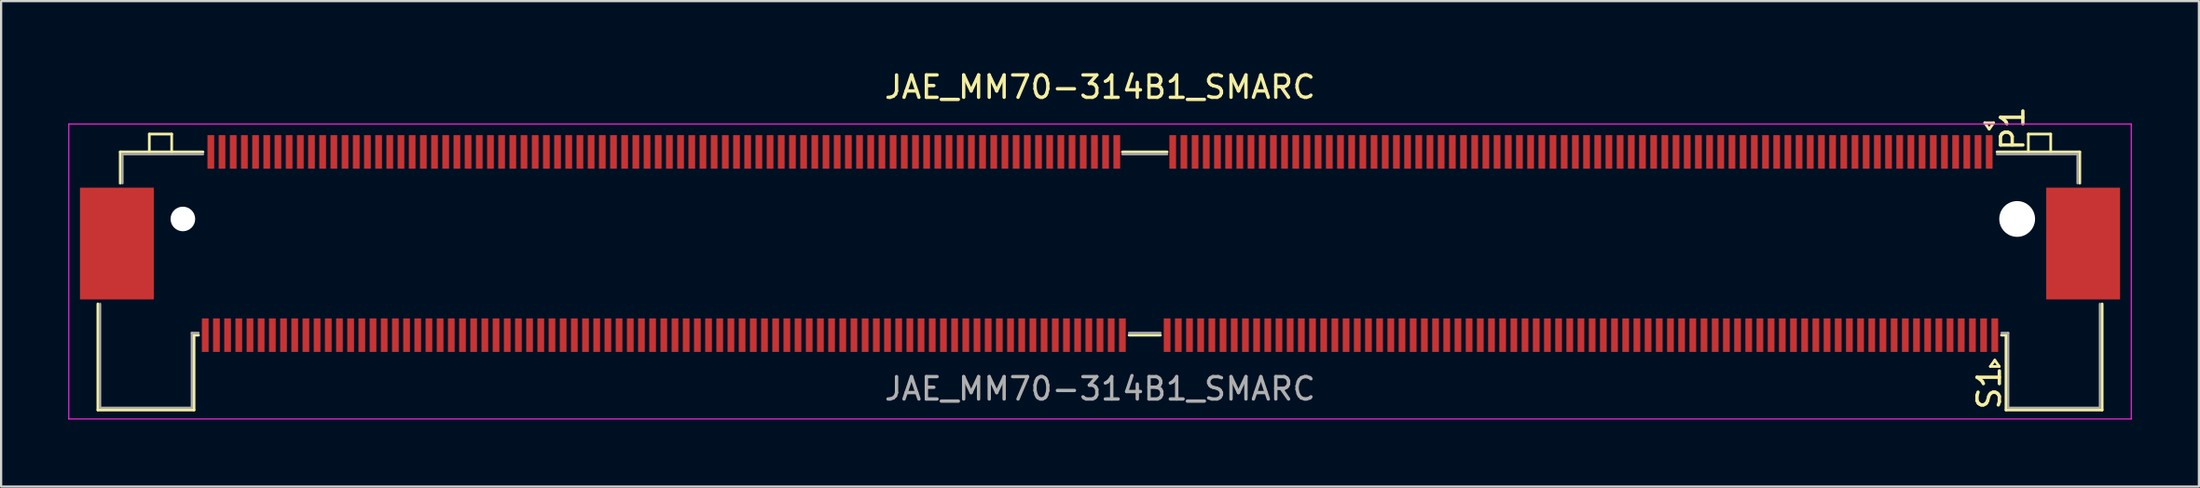
<source format=kicad_pcb>
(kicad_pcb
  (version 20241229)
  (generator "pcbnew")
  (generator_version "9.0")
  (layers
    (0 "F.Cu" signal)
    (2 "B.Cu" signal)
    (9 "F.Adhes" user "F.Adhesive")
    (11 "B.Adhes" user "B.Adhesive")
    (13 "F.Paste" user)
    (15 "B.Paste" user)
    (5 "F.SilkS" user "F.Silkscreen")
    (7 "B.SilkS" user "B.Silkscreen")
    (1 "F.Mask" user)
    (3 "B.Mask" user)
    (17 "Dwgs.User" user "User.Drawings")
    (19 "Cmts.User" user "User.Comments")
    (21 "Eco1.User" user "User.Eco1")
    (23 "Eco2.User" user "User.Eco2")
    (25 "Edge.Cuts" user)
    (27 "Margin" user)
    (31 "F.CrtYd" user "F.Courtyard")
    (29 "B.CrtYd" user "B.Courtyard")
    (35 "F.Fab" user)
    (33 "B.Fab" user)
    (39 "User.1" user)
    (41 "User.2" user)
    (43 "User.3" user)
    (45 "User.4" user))
  (footprint "JAE_MM70-314B1_SMARC"
    (layer "F.Cu")
    (at 46.125 7.848)
    (property "Reference" "JAE_MM70-314B1_SMARC" (at 0 -7 0) (layer "F.SilkS") (effects (font (size 1 1) (thickness 0.15))))
    (attr smd)
    (fp_line (start -44.8 7.45) (end -44.8 2.7) (stroke (width 0.12) (type solid)) (layer "F.SilkS"))
    (fp_line (start -43.8 -4.1) (end -43.8 -2.7) (stroke (width 0.12) (type solid)) (layer "F.SilkS"))
    (fp_line (start -42.5 -4.9) (end -42.5 -4.1) (stroke (width 0.12) (type solid)) (layer "F.SilkS"))
    (fp_line (start -41.5 -4.9) (end -42.5 -4.9) (stroke (width 0.12) (type solid)) (layer "F.SilkS"))
    (fp_line (start -41.5 -4.9) (end -41.5 -4.1) (stroke (width 0.12) (type solid)) (layer "F.SilkS"))
    (fp_line (start -40.5 7.45) (end -44.8 7.45) (stroke (width 0.12) (type solid)) (layer "F.SilkS"))
    (fp_line (start -40.5 7.45) (end -40.5 4.1) (stroke (width 0.12) (type solid)) (layer "F.SilkS"))
    (fp_line (start -40.3 4.1) (end -40.5 4.1) (stroke (width 0.12) (type solid)) (layer "F.SilkS"))
    (fp_line (start -40.1 -4.1) (end -43.8 -4.1) (stroke (width 0.12) (type solid)) (layer "F.SilkS"))
    (fp_line (start 1 -4.1) (end 3 -4.1) (stroke (width 0.12) (type solid)) (layer "F.SilkS"))
    (fp_line (start 1.3 4.1) (end 2.7 4.1) (stroke (width 0.12) (type solid)) (layer "F.SilkS"))
    (fp_line (start 39.55 -5.4) (end 39.95 -5.4) (stroke (width 0.12) (type solid)) (layer "F.SilkS"))
    (fp_line (start 39.75 -5.117) (end 39.55 -5.4) (stroke (width 0.12) (type solid)) (layer "F.SilkS"))
    (fp_line (start 39.8 5.5) (end 40 5.217) (stroke (width 0.12) (type solid)) (layer "F.SilkS"))
    (fp_line (start 39.95 -5.4) (end 39.75 -5.117) (stroke (width 0.12) (type solid)) (layer "F.SilkS"))
    (fp_line (start 40 5.217) (end 40.2 5.5) (stroke (width 0.12) (type solid)) (layer "F.SilkS"))
    (fp_line (start 40.1 -4.1) (end 43.8 -4.1) (stroke (width 0.12) (type solid)) (layer "F.SilkS"))
    (fp_line (start 40.2 5.5) (end 39.8 5.5) (stroke (width 0.12) (type solid)) (layer "F.SilkS"))
    (fp_line (start 40.3 4.1) (end 40.5 4.1) (stroke (width 0.12) (type solid)) (layer "F.SilkS"))
    (fp_line (start 40.5 7.45) (end 40.5 4.1) (stroke (width 0.12) (type solid)) (layer "F.SilkS"))
    (fp_line (start 40.5 7.45) (end 44.8 7.45) (stroke (width 0.12) (type solid)) (layer "F.SilkS"))
    (fp_line (start 41.5 -4.9) (end 41.5 -4.1) (stroke (width 0.12) (type solid)) (layer "F.SilkS"))
    (fp_line (start 41.5 -4.9) (end 42.5 -4.9) (stroke (width 0.12) (type solid)) (layer "F.SilkS"))
    (fp_line (start 42.5 -4.9) (end 42.5 -4.1) (stroke (width 0.12) (type solid)) (layer "F.SilkS"))
    (fp_line (start 43.8 -4.1) (end 43.8 -2.7) (stroke (width 0.12) (type solid)) (layer "F.SilkS"))
    (fp_line (start 44.8 7.45) (end 44.8 2.7) (stroke (width 0.12) (type solid)) (layer "F.SilkS"))
    (fp_line (start -46.1 -5.35) (end -46.1 7.85) (stroke (width 0.05) (type solid)) (layer "F.CrtYd"))
    (fp_line (start -46.1 7.85) (end 46.1 7.85) (stroke (width 0.05) (type solid)) (layer "F.CrtYd"))
    (fp_line (start 46.1 -5.35) (end -46.1 -5.35) (stroke (width 0.05) (type solid)) (layer "F.CrtYd"))
    (fp_line (start 46.1 7.85) (end 46.1 -5.35) (stroke (width 0.05) (type solid)) (layer "F.CrtYd"))
    (fp_line (start -44.7 7.35) (end -44.7 2.7) (stroke (width 0.1) (type solid)) (layer "F.Fab"))
    (fp_line (start -43.7 -4) (end -43.7 -2.7) (stroke (width 0.1) (type solid)) (layer "F.Fab"))
    (fp_line (start -40.6 7.35) (end -44.7 7.35) (stroke (width 0.1) (type solid)) (layer "F.Fab"))
    (fp_line (start -40.6 7.35) (end -40.6 4) (stroke (width 0.1) (type solid)) (layer "F.Fab"))
    (fp_line (start -40.3 4) (end -40.6 4) (stroke (width 0.1) (type solid)) (layer "F.Fab"))
    (fp_line (start -40.1 -4) (end -43.7 -4) (stroke (width 0.1) (type solid)) (layer "F.Fab"))
    (fp_line (start 1 -4) (end 3 -4) (stroke (width 0.1) (type solid)) (layer "F.Fab"))
    (fp_line (start 1.3 4) (end 2.7 4) (stroke (width 0.1) (type solid)) (layer "F.Fab"))
    (fp_line (start 40.1 -4) (end 43.7 -4) (stroke (width 0.1) (type solid)) (layer "F.Fab"))
    (fp_line (start 40.303 4) (end 40.603 4) (stroke (width 0.1) (type solid)) (layer "F.Fab"))
    (fp_line (start 40.6 7.35) (end 40.6 4) (stroke (width 0.1) (type solid)) (layer "F.Fab"))
    (fp_line (start 40.6 7.35) (end 44.7 7.35) (stroke (width 0.1) (type solid)) (layer "F.Fab"))
    (fp_line (start 43.7 -4) (end 43.7 -2.7) (stroke (width 0.1) (type solid)) (layer "F.Fab"))
    (fp_line (start 44.7 7.35) (end 44.7 2.7) (stroke (width 0.1) (type solid)) (layer "F.Fab"))
    (fp_text user "S1" (at 39.75 6.459 90) (unlocked yes) (layer "F.SilkS") (effects (font (size 1 1) (thickness 0.15))))
    (fp_text user "P1" (at 40.8 -5.15 90) (unlocked yes) (layer "F.SilkS") (effects (font (size 1 1) (thickness 0.15))))
    (fp_text user "${REFERENCE}" (at 0 6.5 0) (layer "F.Fab") (effects (font (size 1 1) (thickness 0.15))))
    (pad "" np_thru_hole circle (at -41 -1.1) (size 1.1 1.1) (drill 1.1) (layers "*.Cu" "*.Mask"))
    (pad "" np_thru_hole circle (at 41 -1.1) (size 1.6 1.6) (drill 1.6) (layers "*.Cu" "*.Mask"))
    (pad "MP" smd rect (at -43.95 0) (size 3.3 5) (layers "F.Cu" "F.Mask" "F.Paste"))
    (pad "MP" smd rect (at 43.95 0) (size 3.3 5) (layers "F.Cu" "F.Mask" "F.Paste"))
    (pad "P1" smd rect (at 39.75 -4.1) (size 0.3 1.5) (layers "F.Cu" "F.Mask" "F.Paste"))
    (pad "P2" smd rect (at 39.25 -4.1) (size 0.3 1.5) (layers "F.Cu" "F.Mask" "F.Paste"))
    (pad "P3" smd rect (at 38.75 -4.1) (size 0.3 1.5) (layers "F.Cu" "F.Mask" "F.Paste"))
    (pad "P4" smd rect (at 38.25 -4.1) (size 0.3 1.5) (layers "F.Cu" "F.Mask" "F.Paste"))
    (pad "P5" smd rect (at 37.75 -4.1) (size 0.3 1.5) (layers "F.Cu" "F.Mask" "F.Paste"))
    (pad "P6" smd rect (at 37.25 -4.1) (size 0.3 1.5) (layers "F.Cu" "F.Mask" "F.Paste"))
    (pad "P7" smd rect (at 36.75 -4.1) (size 0.3 1.5) (layers "F.Cu" "F.Mask" "F.Paste"))
    (pad "P8" smd rect (at 36.25 -4.1) (size 0.3 1.5) (layers "F.Cu" "F.Mask" "F.Paste"))
    (pad "P9" smd rect (at 35.75 -4.1) (size 0.3 1.5) (layers "F.Cu" "F.Mask" "F.Paste"))
    (pad "P10" smd rect (at 35.25 -4.1) (size 0.3 1.5) (layers "F.Cu" "F.Mask" "F.Paste"))
    (pad "P11" smd rect (at 34.75 -4.1) (size 0.3 1.5) (layers "F.Cu" "F.Mask" "F.Paste"))
    (pad "P12" smd rect (at 34.25 -4.1) (size 0.3 1.5) (layers "F.Cu" "F.Mask" "F.Paste"))
    (pad "P13" smd rect (at 33.75 -4.1) (size 0.3 1.5) (layers "F.Cu" "F.Mask" "F.Paste"))
    (pad "P14" smd rect (at 33.25 -4.1) (size 0.3 1.5) (layers "F.Cu" "F.Mask" "F.Paste"))
    (pad "P15" smd rect (at 32.75 -4.1) (size 0.3 1.5) (layers "F.Cu" "F.Mask" "F.Paste"))
    (pad "P16" smd rect (at 32.25 -4.1) (size 0.3 1.5) (layers "F.Cu" "F.Mask" "F.Paste"))
    (pad "P17" smd rect (at 31.75 -4.1) (size 0.3 1.5) (layers "F.Cu" "F.Mask" "F.Paste"))
    (pad "P18" smd rect (at 31.25 -4.1) (size 0.3 1.5) (layers "F.Cu" "F.Mask" "F.Paste"))
    (pad "P19" smd rect (at 30.75 -4.1) (size 0.3 1.5) (layers "F.Cu" "F.Mask" "F.Paste"))
    (pad "P20" smd rect (at 30.25 -4.1) (size 0.3 1.5) (layers "F.Cu" "F.Mask" "F.Paste"))
    (pad "P21" smd rect (at 29.75 -4.1) (size 0.3 1.5) (layers "F.Cu" "F.Mask" "F.Paste"))
    (pad "P22" smd rect (at 29.25 -4.1) (size 0.3 1.5) (layers "F.Cu" "F.Mask" "F.Paste"))
    (pad "P23" smd rect (at 28.75 -4.1) (size 0.3 1.5) (layers "F.Cu" "F.Mask" "F.Paste"))
    (pad "P24" smd rect (at 28.25 -4.1) (size 0.3 1.5) (layers "F.Cu" "F.Mask" "F.Paste"))
    (pad "P25" smd rect (at 27.75 -4.1) (size 0.3 1.5) (layers "F.Cu" "F.Mask" "F.Paste"))
    (pad "P26" smd rect (at 27.25 -4.1) (size 0.3 1.5) (layers "F.Cu" "F.Mask" "F.Paste"))
    (pad "P27" smd rect (at 26.75 -4.1) (size 0.3 1.5) (layers "F.Cu" "F.Mask" "F.Paste"))
    (pad "P28" smd rect (at 26.25 -4.1) (size 0.3 1.5) (layers "F.Cu" "F.Mask" "F.Paste"))
    (pad "P29" smd rect (at 25.75 -4.1) (size 0.3 1.5) (layers "F.Cu" "F.Mask" "F.Paste"))
    (pad "P30" smd rect (at 25.25 -4.1) (size 0.3 1.5) (layers "F.Cu" "F.Mask" "F.Paste"))
    (pad "P31" smd rect (at 24.75 -4.1) (size 0.3 1.5) (layers "F.Cu" "F.Mask" "F.Paste"))
    (pad "P32" smd rect (at 24.25 -4.1) (size 0.3 1.5) (layers "F.Cu" "F.Mask" "F.Paste"))
    (pad "P33" smd rect (at 23.75 -4.1) (size 0.3 1.5) (layers "F.Cu" "F.Mask" "F.Paste"))
    (pad "P34" smd rect (at 23.25 -4.1) (size 0.3 1.5) (layers "F.Cu" "F.Mask" "F.Paste"))
    (pad "P35" smd rect (at 22.75 -4.1) (size 0.3 1.5) (layers "F.Cu" "F.Mask" "F.Paste"))
    (pad "P36" smd rect (at 22.25 -4.1) (size 0.3 1.5) (layers "F.Cu" "F.Mask" "F.Paste"))
    (pad "P37" smd rect (at 21.75 -4.1) (size 0.3 1.5) (layers "F.Cu" "F.Mask" "F.Paste"))
    (pad "P38" smd rect (at 21.25 -4.1) (size 0.3 1.5) (layers "F.Cu" "F.Mask" "F.Paste"))
    (pad "P39" smd rect (at 20.75 -4.1) (size 0.3 1.5) (layers "F.Cu" "F.Mask" "F.Paste"))
    (pad "P40" smd rect (at 20.25 -4.1) (size 0.3 1.5) (layers "F.Cu" "F.Mask" "F.Paste"))
    (pad "P41" smd rect (at 19.75 -4.1) (size 0.3 1.5) (layers "F.Cu" "F.Mask" "F.Paste"))
    (pad "P42" smd rect (at 19.25 -4.1) (size 0.3 1.5) (layers "F.Cu" "F.Mask" "F.Paste"))
    (pad "P43" smd rect (at 18.75 -4.1) (size 0.3 1.5) (layers "F.Cu" "F.Mask" "F.Paste"))
    (pad "P44" smd rect (at 18.25 -4.1) (size 0.3 1.5) (layers "F.Cu" "F.Mask" "F.Paste"))
    (pad "P45" smd rect (at 17.75 -4.1) (size 0.3 1.5) (layers "F.Cu" "F.Mask" "F.Paste"))
    (pad "P46" smd rect (at 17.25 -4.1) (size 0.3 1.5) (layers "F.Cu" "F.Mask" "F.Paste"))
    (pad "P47" smd rect (at 16.75 -4.1) (size 0.3 1.5) (layers "F.Cu" "F.Mask" "F.Paste"))
    (pad "P48" smd rect (at 16.25 -4.1) (size 0.3 1.5) (layers "F.Cu" "F.Mask" "F.Paste"))
    (pad "P49" smd rect (at 15.75 -4.1) (size 0.3 1.5) (layers "F.Cu" "F.Mask" "F.Paste"))
    (pad "P50" smd rect (at 15.25 -4.1) (size 0.3 1.5) (layers "F.Cu" "F.Mask" "F.Paste"))
    (pad "P51" smd rect (at 14.75 -4.1) (size 0.3 1.5) (layers "F.Cu" "F.Mask" "F.Paste"))
    (pad "P52" smd rect (at 14.25 -4.1) (size 0.3 1.5) (layers "F.Cu" "F.Mask" "F.Paste"))
    (pad "P53" smd rect (at 13.75 -4.1) (size 0.3 1.5) (layers "F.Cu" "F.Mask" "F.Paste"))
    (pad "P54" smd rect (at 13.25 -4.1) (size 0.3 1.5) (layers "F.Cu" "F.Mask" "F.Paste"))
    (pad "P55" smd rect (at 12.75 -4.1) (size 0.3 1.5) (layers "F.Cu" "F.Mask" "F.Paste"))
    (pad "P56" smd rect (at 12.25 -4.1) (size 0.3 1.5) (layers "F.Cu" "F.Mask" "F.Paste"))
    (pad "P57" smd rect (at 11.75 -4.1) (size 0.3 1.5) (layers "F.Cu" "F.Mask" "F.Paste"))
    (pad "P58" smd rect (at 11.25 -4.1) (size 0.3 1.5) (layers "F.Cu" "F.Mask" "F.Paste"))
    (pad "P59" smd rect (at 10.75 -4.1) (size 0.3 1.5) (layers "F.Cu" "F.Mask" "F.Paste"))
    (pad "P60" smd rect (at 10.25 -4.1) (size 0.3 1.5) (layers "F.Cu" "F.Mask" "F.Paste"))
    (pad "P61" smd rect (at 9.75 -4.1) (size 0.3 1.5) (layers "F.Cu" "F.Mask" "F.Paste"))
    (pad "P62" smd rect (at 9.25 -4.1) (size 0.3 1.5) (layers "F.Cu" "F.Mask" "F.Paste"))
    (pad "P63" smd rect (at 8.75 -4.1) (size 0.3 1.5) (layers "F.Cu" "F.Mask" "F.Paste"))
    (pad "P64" smd rect (at 8.25 -4.1) (size 0.3 1.5) (layers "F.Cu" "F.Mask" "F.Paste"))
    (pad "P65" smd rect (at 7.75 -4.1) (size 0.3 1.5) (layers "F.Cu" "F.Mask" "F.Paste"))
    (pad "P66" smd rect (at 7.25 -4.1) (size 0.3 1.5) (layers "F.Cu" "F.Mask" "F.Paste"))
    (pad "P67" smd rect (at 6.75 -4.1) (size 0.3 1.5) (layers "F.Cu" "F.Mask" "F.Paste"))
    (pad "P68" smd rect (at 6.25 -4.1) (size 0.3 1.5) (layers "F.Cu" "F.Mask" "F.Paste"))
    (pad "P69" smd rect (at 5.75 -4.1) (size 0.3 1.5) (layers "F.Cu" "F.Mask" "F.Paste"))
    (pad "P70" smd rect (at 5.25 -4.1) (size 0.3 1.5) (layers "F.Cu" "F.Mask" "F.Paste"))
    (pad "P71" smd rect (at 4.75 -4.1) (size 0.3 1.5) (layers "F.Cu" "F.Mask" "F.Paste"))
    (pad "P72" smd rect (at 4.25 -4.1) (size 0.3 1.5) (layers "F.Cu" "F.Mask" "F.Paste"))
    (pad "P73" smd rect (at 3.75 -4.1) (size 0.3 1.5) (layers "F.Cu" "F.Mask" "F.Paste"))
    (pad "P74" smd rect (at 3.25 -4.1) (size 0.3 1.5) (layers "F.Cu" "F.Mask" "F.Paste"))
    (pad "P75" smd rect (at 0.75 -4.1) (size 0.3 1.5) (layers "F.Cu" "F.Mask" "F.Paste"))
    (pad "P76" smd rect (at 0.25 -4.1) (size 0.3 1.5) (layers "F.Cu" "F.Mask" "F.Paste"))
    (pad "P77" smd rect (at -0.25 -4.1) (size 0.3 1.5) (layers "F.Cu" "F.Mask" "F.Paste"))
    (pad "P78" smd rect (at -0.75 -4.1) (size 0.3 1.5) (layers "F.Cu" "F.Mask" "F.Paste"))
    (pad "P79" smd rect (at -1.25 -4.1) (size 0.3 1.5) (layers "F.Cu" "F.Mask" "F.Paste"))
    (pad "P80" smd rect (at -1.75 -4.1) (size 0.3 1.5) (layers "F.Cu" "F.Mask" "F.Paste"))
    (pad "P81" smd rect (at -2.25 -4.1) (size 0.3 1.5) (layers "F.Cu" "F.Mask" "F.Paste"))
    (pad "P82" smd rect (at -2.75 -4.1) (size 0.3 1.5) (layers "F.Cu" "F.Mask" "F.Paste"))
    (pad "P83" smd rect (at -3.25 -4.1) (size 0.3 1.5) (layers "F.Cu" "F.Mask" "F.Paste"))
    (pad "P84" smd rect (at -3.75 -4.1) (size 0.3 1.5) (layers "F.Cu" "F.Mask" "F.Paste"))
    (pad "P85" smd rect (at -4.25 -4.1) (size 0.3 1.5) (layers "F.Cu" "F.Mask" "F.Paste"))
    (pad "P86" smd rect (at -4.75 -4.1) (size 0.3 1.5) (layers "F.Cu" "F.Mask" "F.Paste"))
    (pad "P87" smd rect (at -5.25 -4.1) (size 0.3 1.5) (layers "F.Cu" "F.Mask" "F.Paste"))
    (pad "P88" smd rect (at -5.75 -4.1) (size 0.3 1.5) (layers "F.Cu" "F.Mask" "F.Paste"))
    (pad "P89" smd rect (at -6.25 -4.1) (size 0.3 1.5) (layers "F.Cu" "F.Mask" "F.Paste"))
    (pad "P90" smd rect (at -6.75 -4.1) (size 0.3 1.5) (layers "F.Cu" "F.Mask" "F.Paste"))
    (pad "P91" smd rect (at -7.25 -4.1) (size 0.3 1.5) (layers "F.Cu" "F.Mask" "F.Paste"))
    (pad "P92" smd rect (at -7.75 -4.1) (size 0.3 1.5) (layers "F.Cu" "F.Mask" "F.Paste"))
    (pad "P93" smd rect (at -8.25 -4.1) (size 0.3 1.5) (layers "F.Cu" "F.Mask" "F.Paste"))
    (pad "P94" smd rect (at -8.75 -4.1) (size 0.3 1.5) (layers "F.Cu" "F.Mask" "F.Paste"))
    (pad "P95" smd rect (at -9.25 -4.1) (size 0.3 1.5) (layers "F.Cu" "F.Mask" "F.Paste"))
    (pad "P96" smd rect (at -9.75 -4.1) (size 0.3 1.5) (layers "F.Cu" "F.Mask" "F.Paste"))
    (pad "P97" smd rect (at -10.25 -4.1) (size 0.3 1.5) (layers "F.Cu" "F.Mask" "F.Paste"))
    (pad "P98" smd rect (at -10.75 -4.1) (size 0.3 1.5) (layers "F.Cu" "F.Mask" "F.Paste"))
    (pad "P99" smd rect (at -11.25 -4.1) (size 0.3 1.5) (layers "F.Cu" "F.Mask" "F.Paste"))
    (pad "P100" smd rect (at -11.75 -4.1) (size 0.3 1.5) (layers "F.Cu" "F.Mask" "F.Paste"))
    (pad "P101" smd rect (at -12.25 -4.1) (size 0.3 1.5) (layers "F.Cu" "F.Mask" "F.Paste"))
    (pad "P102" smd rect (at -12.75 -4.1) (size 0.3 1.5) (layers "F.Cu" "F.Mask" "F.Paste"))
    (pad "P103" smd rect (at -13.25 -4.1) (size 0.3 1.5) (layers "F.Cu" "F.Mask" "F.Paste"))
    (pad "P104" smd rect (at -13.75 -4.1) (size 0.3 1.5) (layers "F.Cu" "F.Mask" "F.Paste"))
    (pad "P105" smd rect (at -14.25 -4.1) (size 0.3 1.5) (layers "F.Cu" "F.Mask" "F.Paste"))
    (pad "P106" smd rect (at -14.75 -4.1) (size 0.3 1.5) (layers "F.Cu" "F.Mask" "F.Paste"))
    (pad "P107" smd rect (at -15.25 -4.1) (size 0.3 1.5) (layers "F.Cu" "F.Mask" "F.Paste"))
    (pad "P108" smd rect (at -15.75 -4.1) (size 0.3 1.5) (layers "F.Cu" "F.Mask" "F.Paste"))
    (pad "P109" smd rect (at -16.25 -4.1) (size 0.3 1.5) (layers "F.Cu" "F.Mask" "F.Paste"))
    (pad "P110" smd rect (at -16.75 -4.1) (size 0.3 1.5) (layers "F.Cu" "F.Mask" "F.Paste"))
    (pad "P111" smd rect (at -17.25 -4.1) (size 0.3 1.5) (layers "F.Cu" "F.Mask" "F.Paste"))
    (pad "P112" smd rect (at -17.75 -4.1) (size 0.3 1.5) (layers "F.Cu" "F.Mask" "F.Paste"))
    (pad "P113" smd rect (at -18.25 -4.1) (size 0.3 1.5) (layers "F.Cu" "F.Mask" "F.Paste"))
    (pad "P114" smd rect (at -18.75 -4.1) (size 0.3 1.5) (layers "F.Cu" "F.Mask" "F.Paste"))
    (pad "P115" smd rect (at -19.25 -4.1) (size 0.3 1.5) (layers "F.Cu" "F.Mask" "F.Paste"))
    (pad "P116" smd rect (at -19.75 -4.1) (size 0.3 1.5) (layers "F.Cu" "F.Mask" "F.Paste"))
    (pad "P117" smd rect (at -20.25 -4.1) (size 0.3 1.5) (layers "F.Cu" "F.Mask" "F.Paste"))
    (pad "P118" smd rect (at -20.75 -4.1) (size 0.3 1.5) (layers "F.Cu" "F.Mask" "F.Paste"))
    (pad "P119" smd rect (at -21.25 -4.1) (size 0.3 1.5) (layers "F.Cu" "F.Mask" "F.Paste"))
    (pad "P120" smd rect (at -21.75 -4.1) (size 0.3 1.5) (layers "F.Cu" "F.Mask" "F.Paste"))
    (pad "P121" smd rect (at -22.25 -4.1) (size 0.3 1.5) (layers "F.Cu" "F.Mask" "F.Paste"))
    (pad "P122" smd rect (at -22.75 -4.1) (size 0.3 1.5) (layers "F.Cu" "F.Mask" "F.Paste"))
    (pad "P123" smd rect (at -23.25 -4.1) (size 0.3 1.5) (layers "F.Cu" "F.Mask" "F.Paste"))
    (pad "P124" smd rect (at -23.75 -4.1) (size 0.3 1.5) (layers "F.Cu" "F.Mask" "F.Paste"))
    (pad "P125" smd rect (at -24.25 -4.1) (size 0.3 1.5) (layers "F.Cu" "F.Mask" "F.Paste"))
    (pad "P126" smd rect (at -24.75 -4.1) (size 0.3 1.5) (layers "F.Cu" "F.Mask" "F.Paste"))
    (pad "P127" smd rect (at -25.25 -4.1) (size 0.3 1.5) (layers "F.Cu" "F.Mask" "F.Paste"))
    (pad "P128" smd rect (at -25.75 -4.1) (size 0.3 1.5) (layers "F.Cu" "F.Mask" "F.Paste"))
    (pad "P129" smd rect (at -26.25 -4.1) (size 0.3 1.5) (layers "F.Cu" "F.Mask" "F.Paste"))
    (pad "P130" smd rect (at -26.75 -4.1) (size 0.3 1.5) (layers "F.Cu" "F.Mask" "F.Paste"))
    (pad "P131" smd rect (at -27.25 -4.1) (size 0.3 1.5) (layers "F.Cu" "F.Mask" "F.Paste"))
    (pad "P132" smd rect (at -27.75 -4.1) (size 0.3 1.5) (layers "F.Cu" "F.Mask" "F.Paste"))
    (pad "P133" smd rect (at -28.25 -4.1) (size 0.3 1.5) (layers "F.Cu" "F.Mask" "F.Paste"))
    (pad "P134" smd rect (at -28.75 -4.1) (size 0.3 1.5) (layers "F.Cu" "F.Mask" "F.Paste"))
    (pad "P135" smd rect (at -29.25 -4.1) (size 0.3 1.5) (layers "F.Cu" "F.Mask" "F.Paste"))
    (pad "P136" smd rect (at -29.75 -4.1) (size 0.3 1.5) (layers "F.Cu" "F.Mask" "F.Paste"))
    (pad "P137" smd rect (at -30.25 -4.1) (size 0.3 1.5) (layers "F.Cu" "F.Mask" "F.Paste"))
    (pad "P138" smd rect (at -30.75 -4.1) (size 0.3 1.5) (layers "F.Cu" "F.Mask" "F.Paste"))
    (pad "P139" smd rect (at -31.25 -4.1) (size 0.3 1.5) (layers "F.Cu" "F.Mask" "F.Paste"))
    (pad "P140" smd rect (at -31.75 -4.1) (size 0.3 1.5) (layers "F.Cu" "F.Mask" "F.Paste"))
    (pad "P141" smd rect (at -32.25 -4.1) (size 0.3 1.5) (layers "F.Cu" "F.Mask" "F.Paste"))
    (pad "P142" smd rect (at -32.75 -4.1) (size 0.3 1.5) (layers "F.Cu" "F.Mask" "F.Paste"))
    (pad "P143" smd rect (at -33.25 -4.1) (size 0.3 1.5) (layers "F.Cu" "F.Mask" "F.Paste"))
    (pad "P144" smd rect (at -33.75 -4.1) (size 0.3 1.5) (layers "F.Cu" "F.Mask" "F.Paste"))
    (pad "P145" smd rect (at -34.25 -4.1) (size 0.3 1.5) (layers "F.Cu" "F.Mask" "F.Paste"))
    (pad "P146" smd rect (at -34.75 -4.1) (size 0.3 1.5) (layers "F.Cu" "F.Mask" "F.Paste"))
    (pad "P147" smd rect (at -35.25 -4.1) (size 0.3 1.5) (layers "F.Cu" "F.Mask" "F.Paste"))
    (pad "P148" smd rect (at -35.75 -4.1) (size 0.3 1.5) (layers "F.Cu" "F.Mask" "F.Paste"))
    (pad "P149" smd rect (at -36.25 -4.1) (size 0.3 1.5) (layers "F.Cu" "F.Mask" "F.Paste"))
    (pad "P150" smd rect (at -36.75 -4.1) (size 0.3 1.5) (layers "F.Cu" "F.Mask" "F.Paste"))
    (pad "P151" smd rect (at -37.25 -4.1) (size 0.3 1.5) (layers "F.Cu" "F.Mask" "F.Paste"))
    (pad "P152" smd rect (at -37.75 -4.1) (size 0.3 1.5) (layers "F.Cu" "F.Mask" "F.Paste"))
    (pad "P153" smd rect (at -38.25 -4.1) (size 0.3 1.5) (layers "F.Cu" "F.Mask" "F.Paste"))
    (pad "P154" smd rect (at -38.75 -4.1) (size 0.3 1.5) (layers "F.Cu" "F.Mask" "F.Paste"))
    (pad "P155" smd rect (at -39.25 -4.1) (size 0.3 1.5) (layers "F.Cu" "F.Mask" "F.Paste"))
    (pad "P156" smd rect (at -39.75 -4.1) (size 0.3 1.5) (layers "F.Cu" "F.Mask" "F.Paste"))
    (pad "S1" smd rect (at 40 4.1) (size 0.3 1.5) (layers "F.Cu" "F.Mask" "F.Paste"))
    (pad "S2" smd rect (at 39.5 4.1) (size 0.3 1.5) (layers "F.Cu" "F.Mask" "F.Paste"))
    (pad "S3" smd rect (at 39 4.1) (size 0.3 1.5) (layers "F.Cu" "F.Mask" "F.Paste"))
    (pad "S4" smd rect (at 38.5 4.1) (size 0.3 1.5) (layers "F.Cu" "F.Mask" "F.Paste"))
    (pad "S5" smd rect (at 38 4.1) (size 0.3 1.5) (layers "F.Cu" "F.Mask" "F.Paste"))
    (pad "S6" smd rect (at 37.5 4.1) (size 0.3 1.5) (layers "F.Cu" "F.Mask" "F.Paste"))
    (pad "S7" smd rect (at 37 4.1) (size 0.3 1.5) (layers "F.Cu" "F.Mask" "F.Paste"))
    (pad "S8" smd rect (at 36.5 4.1) (size 0.3 1.5) (layers "F.Cu" "F.Mask" "F.Paste"))
    (pad "S9" smd rect (at 36 4.1) (size 0.3 1.5) (layers "F.Cu" "F.Mask" "F.Paste"))
    (pad "S10" smd rect (at 35.5 4.1) (size 0.3 1.5) (layers "F.Cu" "F.Mask" "F.Paste"))
    (pad "S11" smd rect (at 35 4.1) (size 0.3 1.5) (layers "F.Cu" "F.Mask" "F.Paste"))
    (pad "S12" smd rect (at 34.5 4.1) (size 0.3 1.5) (layers "F.Cu" "F.Mask" "F.Paste"))
    (pad "S13" smd rect (at 34 4.1) (size 0.3 1.5) (layers "F.Cu" "F.Mask" "F.Paste"))
    (pad "S14" smd rect (at 33.5 4.1) (size 0.3 1.5) (layers "F.Cu" "F.Mask" "F.Paste"))
    (pad "S15" smd rect (at 33 4.1) (size 0.3 1.5) (layers "F.Cu" "F.Mask" "F.Paste"))
    (pad "S16" smd rect (at 32.5 4.1) (size 0.3 1.5) (layers "F.Cu" "F.Mask" "F.Paste"))
    (pad "S17" smd rect (at 32 4.1) (size 0.3 1.5) (layers "F.Cu" "F.Mask" "F.Paste"))
    (pad "S18" smd rect (at 31.5 4.1) (size 0.3 1.5) (layers "F.Cu" "F.Mask" "F.Paste"))
    (pad "S19" smd rect (at 31 4.1) (size 0.3 1.5) (layers "F.Cu" "F.Mask" "F.Paste"))
    (pad "S20" smd rect (at 30.5 4.1) (size 0.3 1.5) (layers "F.Cu" "F.Mask" "F.Paste"))
    (pad "S21" smd rect (at 30 4.1) (size 0.3 1.5) (layers "F.Cu" "F.Mask" "F.Paste"))
    (pad "S22" smd rect (at 29.5 4.1) (size 0.3 1.5) (layers "F.Cu" "F.Mask" "F.Paste"))
    (pad "S23" smd rect (at 29 4.1) (size 0.3 1.5) (layers "F.Cu" "F.Mask" "F.Paste"))
    (pad "S24" smd rect (at 28.5 4.1) (size 0.3 1.5) (layers "F.Cu" "F.Mask" "F.Paste"))
    (pad "S25" smd rect (at 28 4.1) (size 0.3 1.5) (layers "F.Cu" "F.Mask" "F.Paste"))
    (pad "S26" smd rect (at 27.5 4.1) (size 0.3 1.5) (layers "F.Cu" "F.Mask" "F.Paste"))
    (pad "S27" smd rect (at 27 4.1) (size 0.3 1.5) (layers "F.Cu" "F.Mask" "F.Paste"))
    (pad "S28" smd rect (at 26.5 4.1) (size 0.3 1.5) (layers "F.Cu" "F.Mask" "F.Paste"))
    (pad "S29" smd rect (at 26 4.1) (size 0.3 1.5) (layers "F.Cu" "F.Mask" "F.Paste"))
    (pad "S30" smd rect (at 25.5 4.1) (size 0.3 1.5) (layers "F.Cu" "F.Mask" "F.Paste"))
    (pad "S31" smd rect (at 25 4.1) (size 0.3 1.5) (layers "F.Cu" "F.Mask" "F.Paste"))
    (pad "S32" smd rect (at 24.5 4.1) (size 0.3 1.5) (layers "F.Cu" "F.Mask" "F.Paste"))
    (pad "S33" smd rect (at 24 4.1) (size 0.3 1.5) (layers "F.Cu" "F.Mask" "F.Paste"))
    (pad "S34" smd rect (at 23.5 4.1) (size 0.3 1.5) (layers "F.Cu" "F.Mask" "F.Paste"))
    (pad "S35" smd rect (at 23 4.1) (size 0.3 1.5) (layers "F.Cu" "F.Mask" "F.Paste"))
    (pad "S36" smd rect (at 22.5 4.1) (size 0.3 1.5) (layers "F.Cu" "F.Mask" "F.Paste"))
    (pad "S37" smd rect (at 22 4.1) (size 0.3 1.5) (layers "F.Cu" "F.Mask" "F.Paste"))
    (pad "S38" smd rect (at 21.5 4.1) (size 0.3 1.5) (layers "F.Cu" "F.Mask" "F.Paste"))
    (pad "S39" smd rect (at 21 4.1) (size 0.3 1.5) (layers "F.Cu" "F.Mask" "F.Paste"))
    (pad "S40" smd rect (at 20.5 4.1) (size 0.3 1.5) (layers "F.Cu" "F.Mask" "F.Paste"))
    (pad "S41" smd rect (at 20 4.1) (size 0.3 1.5) (layers "F.Cu" "F.Mask" "F.Paste"))
    (pad "S42" smd rect (at 19.5 4.1) (size 0.3 1.5) (layers "F.Cu" "F.Mask" "F.Paste"))
    (pad "S43" smd rect (at 19 4.1) (size 0.3 1.5) (layers "F.Cu" "F.Mask" "F.Paste"))
    (pad "S44" smd rect (at 18.5 4.1) (size 0.3 1.5) (layers "F.Cu" "F.Mask" "F.Paste"))
    (pad "S45" smd rect (at 18 4.1) (size 0.3 1.5) (layers "F.Cu" "F.Mask" "F.Paste"))
    (pad "S46" smd rect (at 17.5 4.1) (size 0.3 1.5) (layers "F.Cu" "F.Mask" "F.Paste"))
    (pad "S47" smd rect (at 17 4.1) (size 0.3 1.5) (layers "F.Cu" "F.Mask" "F.Paste"))
    (pad "S48" smd rect (at 16.5 4.1) (size 0.3 1.5) (layers "F.Cu" "F.Mask" "F.Paste"))
    (pad "S49" smd rect (at 16 4.1) (size 0.3 1.5) (layers "F.Cu" "F.Mask" "F.Paste"))
    (pad "S50" smd rect (at 15.5 4.1) (size 0.3 1.5) (layers "F.Cu" "F.Mask" "F.Paste"))
    (pad "S51" smd rect (at 15 4.1) (size 0.3 1.5) (layers "F.Cu" "F.Mask" "F.Paste"))
    (pad "S52" smd rect (at 14.5 4.1) (size 0.3 1.5) (layers "F.Cu" "F.Mask" "F.Paste"))
    (pad "S53" smd rect (at 14 4.1) (size 0.3 1.5) (layers "F.Cu" "F.Mask" "F.Paste"))
    (pad "S54" smd rect (at 13.5 4.1) (size 0.3 1.5) (layers "F.Cu" "F.Mask" "F.Paste"))
    (pad "S55" smd rect (at 13 4.1) (size 0.3 1.5) (layers "F.Cu" "F.Mask" "F.Paste"))
    (pad "S56" smd rect (at 12.5 4.1) (size 0.3 1.5) (layers "F.Cu" "F.Mask" "F.Paste"))
    (pad "S57" smd rect (at 12 4.1) (size 0.3 1.5) (layers "F.Cu" "F.Mask" "F.Paste"))
    (pad "S58" smd rect (at 11.5 4.1) (size 0.3 1.5) (layers "F.Cu" "F.Mask" "F.Paste"))
    (pad "S59" smd rect (at 11 4.1) (size 0.3 1.5) (layers "F.Cu" "F.Mask" "F.Paste"))
    (pad "S60" smd rect (at 10.5 4.1) (size 0.3 1.5) (layers "F.Cu" "F.Mask" "F.Paste"))
    (pad "S61" smd rect (at 10 4.1) (size 0.3 1.5) (layers "F.Cu" "F.Mask" "F.Paste"))
    (pad "S62" smd rect (at 9.5 4.1) (size 0.3 1.5) (layers "F.Cu" "F.Mask" "F.Paste"))
    (pad "S63" smd rect (at 9 4.1) (size 0.3 1.5) (layers "F.Cu" "F.Mask" "F.Paste"))
    (pad "S64" smd rect (at 8.5 4.1) (size 0.3 1.5) (layers "F.Cu" "F.Mask" "F.Paste"))
    (pad "S65" smd rect (at 8 4.1) (size 0.3 1.5) (layers "F.Cu" "F.Mask" "F.Paste"))
    (pad "S66" smd rect (at 7.5 4.1) (size 0.3 1.5) (layers "F.Cu" "F.Mask" "F.Paste"))
    (pad "S67" smd rect (at 7 4.1) (size 0.3 1.5) (layers "F.Cu" "F.Mask" "F.Paste"))
    (pad "S68" smd rect (at 6.5 4.1) (size 0.3 1.5) (layers "F.Cu" "F.Mask" "F.Paste"))
    (pad "S69" smd rect (at 6 4.1) (size 0.3 1.5) (layers "F.Cu" "F.Mask" "F.Paste"))
    (pad "S70" smd rect (at 5.5 4.1) (size 0.3 1.5) (layers "F.Cu" "F.Mask" "F.Paste"))
    (pad "S71" smd rect (at 5 4.1) (size 0.3 1.5) (layers "F.Cu" "F.Mask" "F.Paste"))
    (pad "S72" smd rect (at 4.5 4.1) (size 0.3 1.5) (layers "F.Cu" "F.Mask" "F.Paste"))
    (pad "S73" smd rect (at 4 4.1) (size 0.3 1.5) (layers "F.Cu" "F.Mask" "F.Paste"))
    (pad "S74" smd rect (at 3.5 4.1) (size 0.3 1.5) (layers "F.Cu" "F.Mask" "F.Paste"))
    (pad "S75" smd rect (at 3 4.1) (size 0.3 1.5) (layers "F.Cu" "F.Mask" "F.Paste"))
    (pad "S76" smd rect (at 1 4.1) (size 0.3 1.5) (layers "F.Cu" "F.Mask" "F.Paste"))
    (pad "S77" smd rect (at 0.5 4.1) (size 0.3 1.5) (layers "F.Cu" "F.Mask" "F.Paste"))
    (pad "S78" smd rect (at 0 4.1) (size 0.3 1.5) (layers "F.Cu" "F.Mask" "F.Paste"))
    (pad "S79" smd rect (at -0.5 4.1) (size 0.3 1.5) (layers "F.Cu" "F.Mask" "F.Paste"))
    (pad "S80" smd rect (at -1 4.1) (size 0.3 1.5) (layers "F.Cu" "F.Mask" "F.Paste"))
    (pad "S81" smd rect (at -1.5 4.1) (size 0.3 1.5) (layers "F.Cu" "F.Mask" "F.Paste"))
    (pad "S82" smd rect (at -2 4.1) (size 0.3 1.5) (layers "F.Cu" "F.Mask" "F.Paste"))
    (pad "S83" smd rect (at -2.5 4.1) (size 0.3 1.5) (layers "F.Cu" "F.Mask" "F.Paste"))
    (pad "S84" smd rect (at -3 4.1) (size 0.3 1.5) (layers "F.Cu" "F.Mask" "F.Paste"))
    (pad "S85" smd rect (at -3.5 4.1) (size 0.3 1.5) (layers "F.Cu" "F.Mask" "F.Paste"))
    (pad "S86" smd rect (at -4 4.1) (size 0.3 1.5) (layers "F.Cu" "F.Mask" "F.Paste"))
    (pad "S87" smd rect (at -4.5 4.1) (size 0.3 1.5) (layers "F.Cu" "F.Mask" "F.Paste"))
    (pad "S88" smd rect (at -5 4.1) (size 0.3 1.5) (layers "F.Cu" "F.Mask" "F.Paste"))
    (pad "S89" smd rect (at -5.5 4.1) (size 0.3 1.5) (layers "F.Cu" "F.Mask" "F.Paste"))
    (pad "S90" smd rect (at -6 4.1) (size 0.3 1.5) (layers "F.Cu" "F.Mask" "F.Paste"))
    (pad "S91" smd rect (at -6.5 4.1) (size 0.3 1.5) (layers "F.Cu" "F.Mask" "F.Paste"))
    (pad "S92" smd rect (at -7 4.1) (size 0.3 1.5) (layers "F.Cu" "F.Mask" "F.Paste"))
    (pad "S93" smd rect (at -7.5 4.1) (size 0.3 1.5) (layers "F.Cu" "F.Mask" "F.Paste"))
    (pad "S94" smd rect (at -8 4.1) (size 0.3 1.5) (layers "F.Cu" "F.Mask" "F.Paste"))
    (pad "S95" smd rect (at -8.5 4.1) (size 0.3 1.5) (layers "F.Cu" "F.Mask" "F.Paste"))
    (pad "S96" smd rect (at -9 4.1) (size 0.3 1.5) (layers "F.Cu" "F.Mask" "F.Paste"))
    (pad "S97" smd rect (at -9.5 4.1) (size 0.3 1.5) (layers "F.Cu" "F.Mask" "F.Paste"))
    (pad "S98" smd rect (at -10 4.1) (size 0.3 1.5) (layers "F.Cu" "F.Mask" "F.Paste"))
    (pad "S99" smd rect (at -10.5 4.1) (size 0.3 1.5) (layers "F.Cu" "F.Mask" "F.Paste"))
    (pad "S100" smd rect (at -11 4.1) (size 0.3 1.5) (layers "F.Cu" "F.Mask" "F.Paste"))
    (pad "S101" smd rect (at -11.5 4.1) (size 0.3 1.5) (layers "F.Cu" "F.Mask" "F.Paste"))
    (pad "S102" smd rect (at -12 4.1) (size 0.3 1.5) (layers "F.Cu" "F.Mask" "F.Paste"))
    (pad "S103" smd rect (at -12.5 4.1) (size 0.3 1.5) (layers "F.Cu" "F.Mask" "F.Paste"))
    (pad "S104" smd rect (at -13 4.1) (size 0.3 1.5) (layers "F.Cu" "F.Mask" "F.Paste"))
    (pad "S105" smd rect (at -13.5 4.1) (size 0.3 1.5) (layers "F.Cu" "F.Mask" "F.Paste"))
    (pad "S106" smd rect (at -14 4.1) (size 0.3 1.5) (layers "F.Cu" "F.Mask" "F.Paste"))
    (pad "S107" smd rect (at -14.5 4.1) (size 0.3 1.5) (layers "F.Cu" "F.Mask" "F.Paste"))
    (pad "S108" smd rect (at -15 4.1) (size 0.3 1.5) (layers "F.Cu" "F.Mask" "F.Paste"))
    (pad "S109" smd rect (at -15.5 4.1) (size 0.3 1.5) (layers "F.Cu" "F.Mask" "F.Paste"))
    (pad "S110" smd rect (at -16 4.1) (size 0.3 1.5) (layers "F.Cu" "F.Mask" "F.Paste"))
    (pad "S111" smd rect (at -16.5 4.1) (size 0.3 1.5) (layers "F.Cu" "F.Mask" "F.Paste"))
    (pad "S112" smd rect (at -17 4.1) (size 0.3 1.5) (layers "F.Cu" "F.Mask" "F.Paste"))
    (pad "S113" smd rect (at -17.5 4.1) (size 0.3 1.5) (layers "F.Cu" "F.Mask" "F.Paste"))
    (pad "S114" smd rect (at -18 4.1) (size 0.3 1.5) (layers "F.Cu" "F.Mask" "F.Paste"))
    (pad "S115" smd rect (at -18.5 4.1) (size 0.3 1.5) (layers "F.Cu" "F.Mask" "F.Paste"))
    (pad "S116" smd rect (at -19 4.1) (size 0.3 1.5) (layers "F.Cu" "F.Mask" "F.Paste"))
    (pad "S117" smd rect (at -19.5 4.1) (size 0.3 1.5) (layers "F.Cu" "F.Mask" "F.Paste"))
    (pad "S118" smd rect (at -20 4.1) (size 0.3 1.5) (layers "F.Cu" "F.Mask" "F.Paste"))
    (pad "S119" smd rect (at -20.5 4.1) (size 0.3 1.5) (layers "F.Cu" "F.Mask" "F.Paste"))
    (pad "S120" smd rect (at -21 4.1) (size 0.3 1.5) (layers "F.Cu" "F.Mask" "F.Paste"))
    (pad "S121" smd rect (at -21.5 4.1) (size 0.3 1.5) (layers "F.Cu" "F.Mask" "F.Paste"))
    (pad "S122" smd rect (at -22 4.1) (size 0.3 1.5) (layers "F.Cu" "F.Mask" "F.Paste"))
    (pad "S123" smd rect (at -22.5 4.1) (size 0.3 1.5) (layers "F.Cu" "F.Mask" "F.Paste"))
    (pad "S124" smd rect (at -23 4.1) (size 0.3 1.5) (layers "F.Cu" "F.Mask" "F.Paste"))
    (pad "S125" smd rect (at -23.5 4.1) (size 0.3 1.5) (layers "F.Cu" "F.Mask" "F.Paste"))
    (pad "S126" smd rect (at -24 4.1) (size 0.3 1.5) (layers "F.Cu" "F.Mask" "F.Paste"))
    (pad "S127" smd rect (at -24.5 4.1) (size 0.3 1.5) (layers "F.Cu" "F.Mask" "F.Paste"))
    (pad "S128" smd rect (at -25 4.1) (size 0.3 1.5) (layers "F.Cu" "F.Mask" "F.Paste"))
    (pad "S129" smd rect (at -25.5 4.1) (size 0.3 1.5) (layers "F.Cu" "F.Mask" "F.Paste"))
    (pad "S130" smd rect (at -26 4.1) (size 0.3 1.5) (layers "F.Cu" "F.Mask" "F.Paste"))
    (pad "S131" smd rect (at -26.5 4.1) (size 0.3 1.5) (layers "F.Cu" "F.Mask" "F.Paste"))
    (pad "S132" smd rect (at -27 4.1) (size 0.3 1.5) (layers "F.Cu" "F.Mask" "F.Paste"))
    (pad "S133" smd rect (at -27.5 4.1) (size 0.3 1.5) (layers "F.Cu" "F.Mask" "F.Paste"))
    (pad "S134" smd rect (at -28 4.1) (size 0.3 1.5) (layers "F.Cu" "F.Mask" "F.Paste"))
    (pad "S135" smd rect (at -28.5 4.1) (size 0.3 1.5) (layers "F.Cu" "F.Mask" "F.Paste"))
    (pad "S136" smd rect (at -29 4.1) (size 0.3 1.5) (layers "F.Cu" "F.Mask" "F.Paste"))
    (pad "S137" smd rect (at -29.5 4.1) (size 0.3 1.5) (layers "F.Cu" "F.Mask" "F.Paste"))
    (pad "S138" smd rect (at -30 4.1) (size 0.3 1.5) (layers "F.Cu" "F.Mask" "F.Paste"))
    (pad "S139" smd rect (at -35.5 4.1) (size 0.3 1.5) (layers "F.Cu" "F.Mask" "F.Paste"))
    (pad "S139" smd rect (at -30.5 4.1) (size 0.3 1.5) (layers "F.Cu" "F.Mask" "F.Paste"))
    (pad "S140" smd rect (at -36 4.1) (size 0.3 1.5) (layers "F.Cu" "F.Mask" "F.Paste"))
    (pad "S140" smd rect (at -31 4.1) (size 0.3 1.5) (layers "F.Cu" "F.Mask" "F.Paste"))
    (pad "S141" smd rect (at -31.5 4.1) (size 0.3 1.5) (layers "F.Cu" "F.Mask" "F.Paste"))
    (pad "S142" smd rect (at -32 4.1) (size 0.3 1.5) (layers "F.Cu" "F.Mask" "F.Paste"))
    (pad "S143" smd rect (at -32.5 4.1) (size 0.3 1.5) (layers "F.Cu" "F.Mask" "F.Paste"))
    (pad "S144" smd rect (at -33 4.1) (size 0.3 1.5) (layers "F.Cu" "F.Mask" "F.Paste"))
    (pad "S145" smd rect (at -33.5 4.1) (size 0.3 1.5) (layers "F.Cu" "F.Mask" "F.Paste"))
    (pad "S146" smd rect (at -34 4.1) (size 0.3 1.5) (layers "F.Cu" "F.Mask" "F.Paste"))
    (pad "S147" smd rect (at -34.5 4.1) (size 0.3 1.5) (layers "F.Cu" "F.Mask" "F.Paste"))
    (pad "S148" smd rect (at -35 4.1) (size 0.3 1.5) (layers "F.Cu" "F.Mask" "F.Paste"))
    (pad "S151" smd rect (at -36.5 4.1) (size 0.3 1.5) (layers "F.Cu" "F.Mask" "F.Paste"))
    (pad "S152" smd rect (at -37 4.1) (size 0.3 1.5) (layers "F.Cu" "F.Mask" "F.Paste"))
    (pad "S153" smd rect (at -37.5 4.1) (size 0.3 1.5) (layers "F.Cu" "F.Mask" "F.Paste"))
    (pad "S154" smd rect (at -38 4.1) (size 0.3 1.5) (layers "F.Cu" "F.Mask" "F.Paste"))
    (pad "S155" smd rect (at -38.5 4.1) (size 0.3 1.5) (layers "F.Cu" "F.Mask" "F.Paste"))
    (pad "S156" smd rect (at -39 4.1) (size 0.3 1.5) (layers "F.Cu" "F.Mask" "F.Paste"))
    (pad "S157" smd rect (at -39.5 4.1) (size 0.3 1.5) (layers "F.Cu" "F.Mask" "F.Paste"))
    (pad "S158" smd rect (at -40 4.1) (size 0.3 1.5) (layers "F.Cu" "F.Mask" "F.Paste")))
  (gr_rect
    (start -3 -3)
    (end 95.25 18.723)
    (stroke (width 0.1) (type default))
    (fill no)
    (layer "Edge.Cuts")))
</source>
